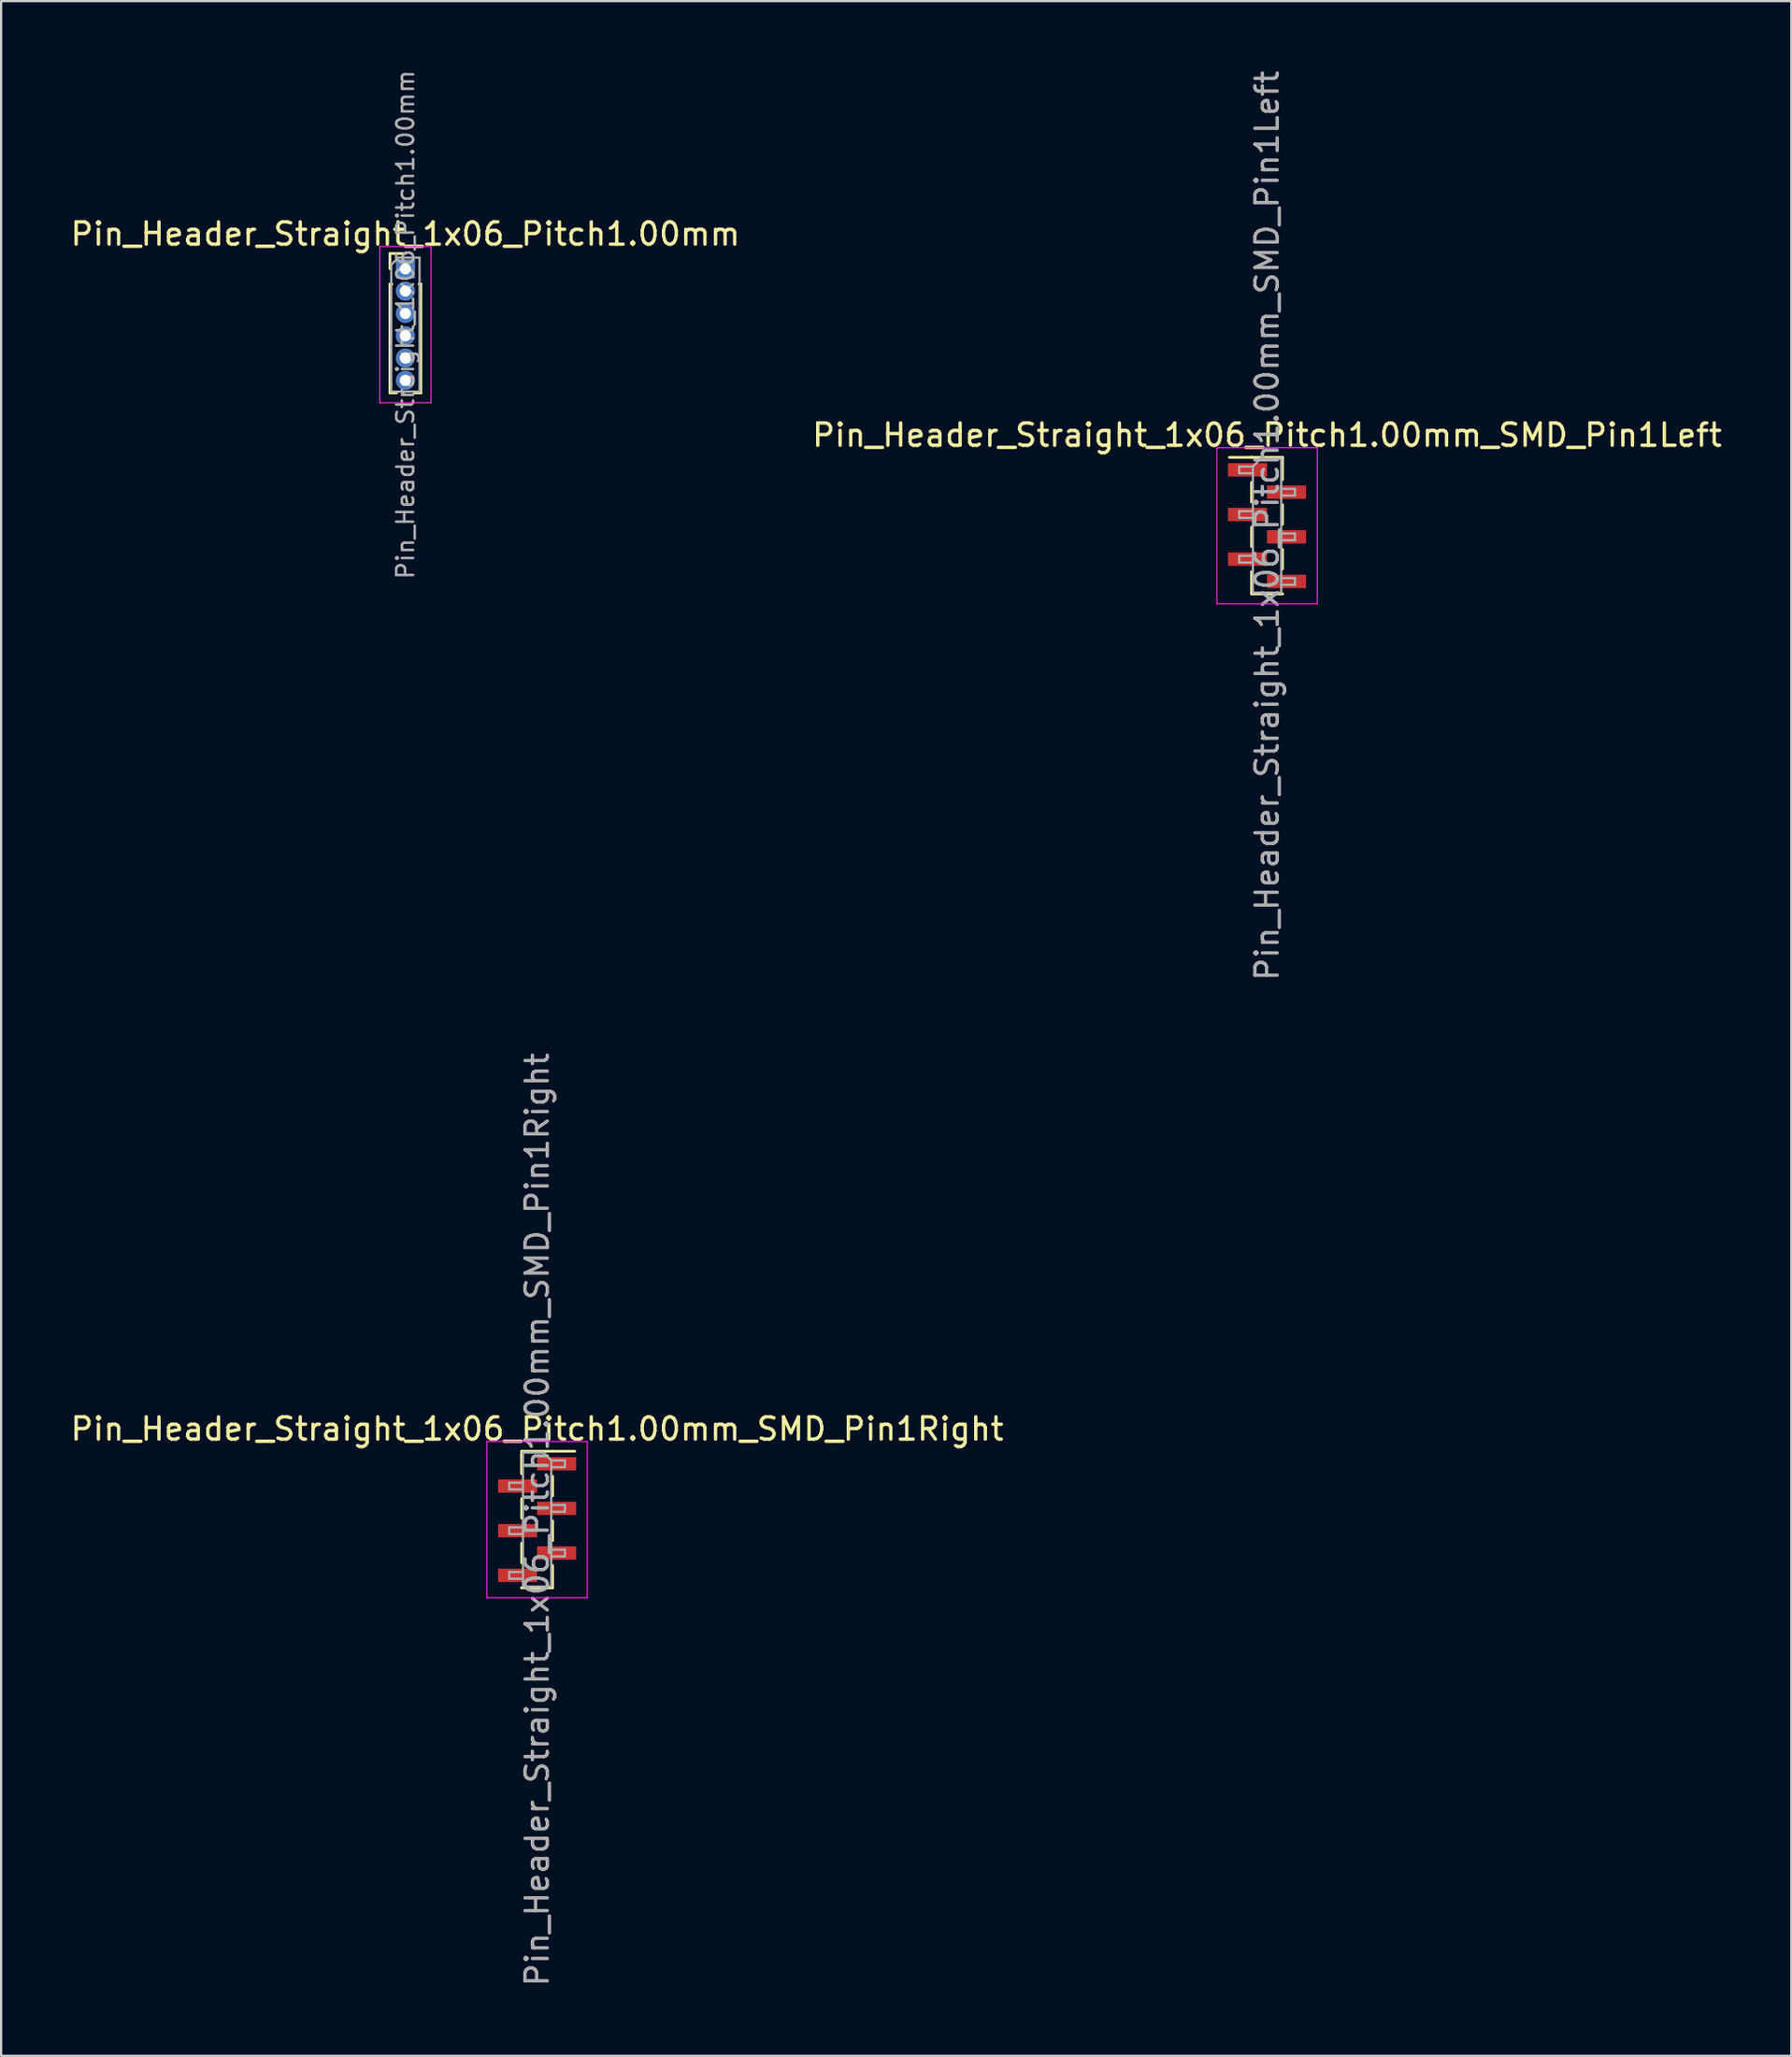
<source format=kicad_pcb>
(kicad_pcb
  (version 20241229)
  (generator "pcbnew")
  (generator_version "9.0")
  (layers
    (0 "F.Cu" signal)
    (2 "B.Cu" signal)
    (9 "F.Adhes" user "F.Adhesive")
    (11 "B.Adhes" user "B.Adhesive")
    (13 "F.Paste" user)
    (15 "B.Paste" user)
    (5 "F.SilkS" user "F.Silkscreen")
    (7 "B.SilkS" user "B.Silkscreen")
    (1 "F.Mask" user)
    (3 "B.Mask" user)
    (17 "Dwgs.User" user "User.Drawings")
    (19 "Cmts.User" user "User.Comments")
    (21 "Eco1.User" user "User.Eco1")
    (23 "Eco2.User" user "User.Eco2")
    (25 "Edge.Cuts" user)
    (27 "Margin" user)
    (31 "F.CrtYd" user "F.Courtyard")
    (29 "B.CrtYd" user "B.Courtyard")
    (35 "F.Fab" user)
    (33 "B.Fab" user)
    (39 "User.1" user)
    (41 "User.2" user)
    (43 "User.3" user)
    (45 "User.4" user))
  (footprint "Pin_Header_Straight_1x06_Pitch1.00mm_SMD_Pin1Right"
    (layer "F.Cu")
    (at 21.03 65.042)
    (property "Reference" "Pin_Header_Straight_1x06_Pitch1.00mm_SMD_Pin1Right" (at 0 -4.06 0) (layer "F.SilkS") (effects (font (size 1 1) (thickness 0.15))))
    (attr smd)
    (fp_line (start -0.695 -3.06) (end -0.695 -2.06) (stroke (width 0.12) (type solid)) (layer "F.SilkS"))
    (fp_line (start -0.695 -3.06) (end 0.695 -3.06) (stroke (width 0.12) (type solid)) (layer "F.SilkS"))
    (fp_line (start -0.695 -2.94) (end -0.695 -2.06) (stroke (width 0.12) (type solid)) (layer "F.SilkS"))
    (fp_line (start -0.695 -0.94) (end -0.695 -0.06) (stroke (width 0.12) (type solid)) (layer "F.SilkS"))
    (fp_line (start -0.695 1.06) (end -0.695 1.94) (stroke (width 0.12) (type solid)) (layer "F.SilkS"))
    (fp_line (start -0.695 3.06) (end -0.695 3.06) (stroke (width 0.12) (type solid)) (layer "F.SilkS"))
    (fp_line (start -0.695 3.06) (end 0.695 3.06) (stroke (width 0.12) (type solid)) (layer "F.SilkS"))
    (fp_line (start 0.695 -3.06) (end 0.695 -3.06) (stroke (width 0.12) (type solid)) (layer "F.SilkS"))
    (fp_line (start 0.695 -3.06) (end 1.69 -3.06) (stroke (width 0.12) (type solid)) (layer "F.SilkS"))
    (fp_line (start 0.695 -1.94) (end 0.695 -1.06) (stroke (width 0.12) (type solid)) (layer "F.SilkS"))
    (fp_line (start 0.695 0.06) (end 0.695 0.94) (stroke (width 0.12) (type solid)) (layer "F.SilkS"))
    (fp_line (start 0.695 2.06) (end 0.695 3.06) (stroke (width 0.12) (type solid)) (layer "F.SilkS"))
    (fp_line (start -2.25 -3.5) (end -2.25 3.5) (stroke (width 0.05) (type solid)) (layer "F.CrtYd"))
    (fp_line (start -2.25 3.5) (end 2.25 3.5) (stroke (width 0.05) (type solid)) (layer "F.CrtYd"))
    (fp_line (start 2.25 -3.5) (end -2.25 -3.5) (stroke (width 0.05) (type solid)) (layer "F.CrtYd"))
    (fp_line (start 2.25 3.5) (end 2.25 -3.5) (stroke (width 0.05) (type solid)) (layer "F.CrtYd"))
    (fp_line (start -1.25 -1.65) (end -1.25 -1.35) (stroke (width 0.1) (type solid)) (layer "F.Fab"))
    (fp_line (start -1.25 -1.35) (end -0.635 -1.35) (stroke (width 0.1) (type solid)) (layer "F.Fab"))
    (fp_line (start -1.25 0.35) (end -1.25 0.65) (stroke (width 0.1) (type solid)) (layer "F.Fab"))
    (fp_line (start -1.25 0.65) (end -0.635 0.65) (stroke (width 0.1) (type solid)) (layer "F.Fab"))
    (fp_line (start -1.25 2.35) (end -1.25 2.65) (stroke (width 0.1) (type solid)) (layer "F.Fab"))
    (fp_line (start -1.25 2.65) (end -0.635 2.65) (stroke (width 0.1) (type solid)) (layer "F.Fab"))
    (fp_line (start -0.635 -3) (end -0.635 3) (stroke (width 0.1) (type solid)) (layer "F.Fab"))
    (fp_line (start -0.635 -3) (end 0.285 -3) (stroke (width 0.1) (type solid)) (layer "F.Fab"))
    (fp_line (start -0.635 -1.65) (end -1.25 -1.65) (stroke (width 0.1) (type solid)) (layer "F.Fab"))
    (fp_line (start -0.635 0.35) (end -1.25 0.35) (stroke (width 0.1) (type solid)) (layer "F.Fab"))
    (fp_line (start -0.635 2.35) (end -1.25 2.35) (stroke (width 0.1) (type solid)) (layer "F.Fab"))
    (fp_line (start 0.635 -2.65) (end 0.285 -3) (stroke (width 0.1) (type solid)) (layer "F.Fab"))
    (fp_line (start 0.635 -2.65) (end 1.25 -2.65) (stroke (width 0.1) (type solid)) (layer "F.Fab"))
    (fp_line (start 0.635 -0.65) (end 1.25 -0.65) (stroke (width 0.1) (type solid)) (layer "F.Fab"))
    (fp_line (start 0.635 1.35) (end 1.25 1.35) (stroke (width 0.1) (type solid)) (layer "F.Fab"))
    (fp_line (start 0.635 3) (end -0.635 3) (stroke (width 0.1) (type solid)) (layer "F.Fab"))
    (fp_line (start 0.635 3) (end 0.635 -2.65) (stroke (width 0.1) (type solid)) (layer "F.Fab"))
    (fp_line (start 1.25 -2.65) (end 1.25 -2.35) (stroke (width 0.1) (type solid)) (layer "F.Fab"))
    (fp_line (start 1.25 -2.35) (end 0.635 -2.35) (stroke (width 0.1) (type solid)) (layer "F.Fab"))
    (fp_line (start 1.25 -0.65) (end 1.25 -0.35) (stroke (width 0.1) (type solid)) (layer "F.Fab"))
    (fp_line (start 1.25 -0.35) (end 0.635 -0.35) (stroke (width 0.1) (type solid)) (layer "F.Fab"))
    (fp_line (start 1.25 1.35) (end 1.25 1.65) (stroke (width 0.1) (type solid)) (layer "F.Fab"))
    (fp_line (start 1.25 1.65) (end 0.635 1.65) (stroke (width 0.1) (type solid)) (layer "F.Fab"))
    (fp_text user "${REFERENCE}" (at 0 0 90) (layer "F.Fab") (effects (font (size 1 1) (thickness 0.15))))
    (pad "1" smd rect (at 0.875 -2.5) (size 1.75 0.6) (layers "F.Cu" "F.Mask" "F.Paste"))
    (pad "2" smd rect (at -0.875 -1.5) (size 1.75 0.6) (layers "F.Cu" "F.Mask" "F.Paste"))
    (pad "3" smd rect (at 0.875 -0.5) (size 1.75 0.6) (layers "F.Cu" "F.Mask" "F.Paste"))
    (pad "4" smd rect (at -0.875 0.5) (size 1.75 0.6) (layers "F.Cu" "F.Mask" "F.Paste"))
    (pad "5" smd rect (at 0.875 1.5) (size 1.75 0.6) (layers "F.Cu" "F.Mask" "F.Paste"))
    (pad "6" smd rect (at -0.875 2.5) (size 1.75 0.6) (layers "F.Cu" "F.Mask" "F.Paste")))
  (footprint "Pin_Header_Straight_1x06_Pitch1.00mm"
    (layer "F.Cu")
    (at 15.125 8.995)
    (property "Reference" "Pin_Header_Straight_1x06_Pitch1.00mm" (at 0 -1.56 0) (layer "F.SilkS") (effects (font (size 1 1) (thickness 0.15))))
    (attr through_hole)
    (fp_line (start -0.695 -0.685) (end 0 -0.685) (stroke (width 0.12) (type solid)) (layer "F.SilkS"))
    (fp_line (start -0.695 0) (end -0.695 -0.685) (stroke (width 0.12) (type solid)) (layer "F.SilkS"))
    (fp_line (start -0.695 0.685) (end -0.695 5.56) (stroke (width 0.12) (type solid)) (layer "F.SilkS"))
    (fp_line (start -0.695 0.685) (end -0.608 0.685) (stroke (width 0.12) (type solid)) (layer "F.SilkS"))
    (fp_line (start -0.695 5.56) (end -0.394 5.56) (stroke (width 0.12) (type solid)) (layer "F.SilkS"))
    (fp_line (start 0.394 5.56) (end 0.695 5.56) (stroke (width 0.12) (type solid)) (layer "F.SilkS"))
    (fp_line (start 0.608 0.685) (end 0.695 0.685) (stroke (width 0.12) (type solid)) (layer "F.SilkS"))
    (fp_line (start 0.695 0.685) (end 0.695 5.56) (stroke (width 0.12) (type solid)) (layer "F.SilkS"))
    (fp_line (start -1.15 -1) (end -1.15 6) (stroke (width 0.05) (type solid)) (layer "F.CrtYd"))
    (fp_line (start -1.15 6) (end 1.15 6) (stroke (width 0.05) (type solid)) (layer "F.CrtYd"))
    (fp_line (start 1.15 -1) (end -1.15 -1) (stroke (width 0.05) (type solid)) (layer "F.CrtYd"))
    (fp_line (start 1.15 6) (end 1.15 -1) (stroke (width 0.05) (type solid)) (layer "F.CrtYd"))
    (fp_line (start -0.635 -0.182) (end -0.318 -0.5) (stroke (width 0.1) (type solid)) (layer "F.Fab"))
    (fp_line (start -0.635 5.5) (end -0.635 -0.182) (stroke (width 0.1) (type solid)) (layer "F.Fab"))
    (fp_line (start -0.318 -0.5) (end 0.635 -0.5) (stroke (width 0.1) (type solid)) (layer "F.Fab"))
    (fp_line (start 0.635 -0.5) (end 0.635 5.5) (stroke (width 0.1) (type solid)) (layer "F.Fab"))
    (fp_line (start 0.635 5.5) (end -0.635 5.5) (stroke (width 0.1) (type solid)) (layer "F.Fab"))
    (fp_text user "${REFERENCE}" (at 0 2.5 90) (layer "F.Fab") (effects (font (size 0.76 0.76) (thickness 0.114))))
    (pad "1" thru_hole rect (at 0 0) (size 0.85 0.85) (drill 0.5) (layers "*.Cu" "*.Mask"))
    (pad "2" thru_hole oval (at 0 1) (size 0.85 0.85) (drill 0.5) (layers "*.Cu" "*.Mask"))
    (pad "3" thru_hole oval (at 0 2) (size 0.85 0.85) (drill 0.5) (layers "*.Cu" "*.Mask"))
    (pad "4" thru_hole oval (at 0 3) (size 0.85 0.85) (drill 0.5) (layers "*.Cu" "*.Mask"))
    (pad "5" thru_hole oval (at 0 4) (size 0.85 0.85) (drill 0.5) (layers "*.Cu" "*.Mask"))
    (pad "6" thru_hole oval (at 0 5) (size 0.85 0.85) (drill 0.5) (layers "*.Cu" "*.Mask")))
  (footprint "Pin_Header_Straight_1x06_Pitch1.00mm_SMD_Pin1Left"
    (layer "F.Cu")
    (at 53.756 20.506)
    (property "Reference" "Pin_Header_Straight_1x06_Pitch1.00mm_SMD_Pin1Left" (at 0 -4.06 0) (layer "F.SilkS") (effects (font (size 1 1) (thickness 0.15))))
    (attr smd)
    (fp_line (start -0.695 -3.06) (end -1.69 -3.06) (stroke (width 0.12) (type solid)) (layer "F.SilkS"))
    (fp_line (start -0.695 -3.06) (end -0.695 -3.06) (stroke (width 0.12) (type solid)) (layer "F.SilkS"))
    (fp_line (start -0.695 -3.06) (end 0.695 -3.06) (stroke (width 0.12) (type solid)) (layer "F.SilkS"))
    (fp_line (start -0.695 -1.94) (end -0.695 -1.06) (stroke (width 0.12) (type solid)) (layer "F.SilkS"))
    (fp_line (start -0.695 0.06) (end -0.695 0.94) (stroke (width 0.12) (type solid)) (layer "F.SilkS"))
    (fp_line (start -0.695 2.06) (end -0.695 3.06) (stroke (width 0.12) (type solid)) (layer "F.SilkS"))
    (fp_line (start -0.695 3.06) (end 0.695 3.06) (stroke (width 0.12) (type solid)) (layer "F.SilkS"))
    (fp_line (start 0.695 -3.06) (end 0.695 -2.06) (stroke (width 0.12) (type solid)) (layer "F.SilkS"))
    (fp_line (start 0.695 -0.94) (end 0.695 -0.06) (stroke (width 0.12) (type solid)) (layer "F.SilkS"))
    (fp_line (start 0.695 1.06) (end 0.695 1.94) (stroke (width 0.12) (type solid)) (layer "F.SilkS"))
    (fp_line (start 0.695 3.06) (end 0.695 3.06) (stroke (width 0.12) (type solid)) (layer "F.SilkS"))
    (fp_line (start -2.25 -3.5) (end -2.25 3.5) (stroke (width 0.05) (type solid)) (layer "F.CrtYd"))
    (fp_line (start -2.25 3.5) (end 2.25 3.5) (stroke (width 0.05) (type solid)) (layer "F.CrtYd"))
    (fp_line (start 2.25 -3.5) (end -2.25 -3.5) (stroke (width 0.05) (type solid)) (layer "F.CrtYd"))
    (fp_line (start 2.25 3.5) (end 2.25 -3.5) (stroke (width 0.05) (type solid)) (layer "F.CrtYd"))
    (fp_line (start -1.25 -2.65) (end -1.25 -2.35) (stroke (width 0.1) (type solid)) (layer "F.Fab"))
    (fp_line (start -1.25 -2.35) (end -0.635 -2.35) (stroke (width 0.1) (type solid)) (layer "F.Fab"))
    (fp_line (start -1.25 -0.65) (end -1.25 -0.35) (stroke (width 0.1) (type solid)) (layer "F.Fab"))
    (fp_line (start -1.25 -0.35) (end -0.635 -0.35) (stroke (width 0.1) (type solid)) (layer "F.Fab"))
    (fp_line (start -1.25 1.35) (end -1.25 1.65) (stroke (width 0.1) (type solid)) (layer "F.Fab"))
    (fp_line (start -1.25 1.65) (end -0.635 1.65) (stroke (width 0.1) (type solid)) (layer "F.Fab"))
    (fp_line (start -0.635 -2.65) (end -1.25 -2.65) (stroke (width 0.1) (type solid)) (layer "F.Fab"))
    (fp_line (start -0.635 -2.65) (end -0.285 -3) (stroke (width 0.1) (type solid)) (layer "F.Fab"))
    (fp_line (start -0.635 -0.65) (end -1.25 -0.65) (stroke (width 0.1) (type solid)) (layer "F.Fab"))
    (fp_line (start -0.635 1.35) (end -1.25 1.35) (stroke (width 0.1) (type solid)) (layer "F.Fab"))
    (fp_line (start -0.635 3) (end -0.635 -2.65) (stroke (width 0.1) (type solid)) (layer "F.Fab"))
    (fp_line (start -0.285 -3) (end 0.635 -3) (stroke (width 0.1) (type solid)) (layer "F.Fab"))
    (fp_line (start 0.635 -3) (end 0.635 3) (stroke (width 0.1) (type solid)) (layer "F.Fab"))
    (fp_line (start 0.635 -1.65) (end 1.25 -1.65) (stroke (width 0.1) (type solid)) (layer "F.Fab"))
    (fp_line (start 0.635 0.35) (end 1.25 0.35) (stroke (width 0.1) (type solid)) (layer "F.Fab"))
    (fp_line (start 0.635 2.35) (end 1.25 2.35) (stroke (width 0.1) (type solid)) (layer "F.Fab"))
    (fp_line (start 0.635 3) (end -0.635 3) (stroke (width 0.1) (type solid)) (layer "F.Fab"))
    (fp_line (start 1.25 -1.65) (end 1.25 -1.35) (stroke (width 0.1) (type solid)) (layer "F.Fab"))
    (fp_line (start 1.25 -1.35) (end 0.635 -1.35) (stroke (width 0.1) (type solid)) (layer "F.Fab"))
    (fp_line (start 1.25 0.35) (end 1.25 0.65) (stroke (width 0.1) (type solid)) (layer "F.Fab"))
    (fp_line (start 1.25 0.65) (end 0.635 0.65) (stroke (width 0.1) (type solid)) (layer "F.Fab"))
    (fp_line (start 1.25 2.35) (end 1.25 2.65) (stroke (width 0.1) (type solid)) (layer "F.Fab"))
    (fp_line (start 1.25 2.65) (end 0.635 2.65) (stroke (width 0.1) (type solid)) (layer "F.Fab"))
    (fp_text user "${REFERENCE}" (at 0 0 90) (layer "F.Fab") (effects (font (size 1 1) (thickness 0.15))))
    (pad "1" smd rect (at -0.875 -2.5) (size 1.75 0.6) (layers "F.Cu" "F.Mask" "F.Paste"))
    (pad "2" smd rect (at 0.875 -1.5) (size 1.75 0.6) (layers "F.Cu" "F.Mask" "F.Paste"))
    (pad "3" smd rect (at -0.875 -0.5) (size 1.75 0.6) (layers "F.Cu" "F.Mask" "F.Paste"))
    (pad "4" smd rect (at 0.875 0.5) (size 1.75 0.6) (layers "F.Cu" "F.Mask" "F.Paste"))
    (pad "5" smd rect (at -0.875 1.5) (size 1.75 0.6) (layers "F.Cu" "F.Mask" "F.Paste"))
    (pad "6" smd rect (at 0.875 2.5) (size 1.75 0.6) (layers "F.Cu" "F.Mask" "F.Paste")))
  (gr_rect
    (start -3 -3)
    (end 77.262 89.071)
    (stroke (width 0.1) (type default))
    (fill no)
    (layer "Edge.Cuts")))
</source>
